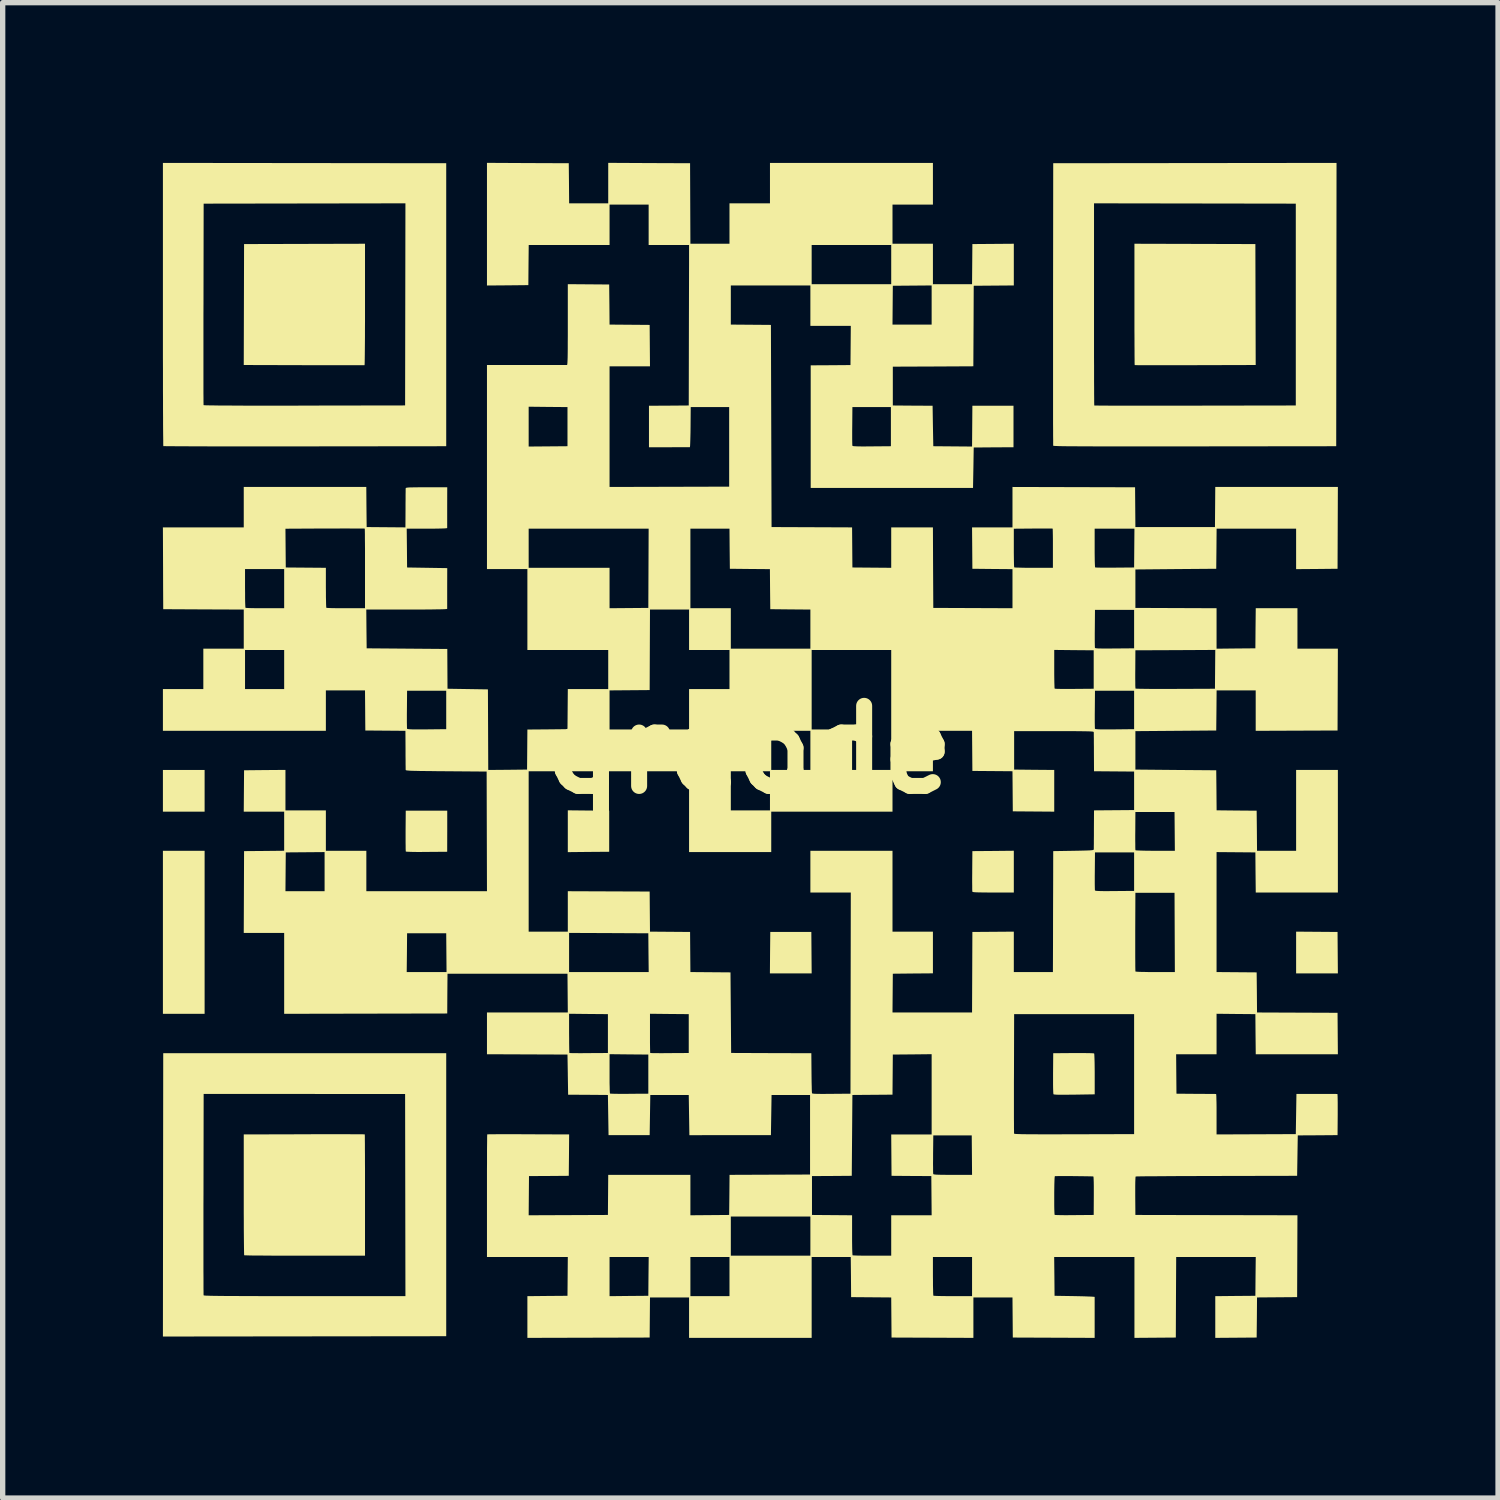
<source format=kicad_pcb>
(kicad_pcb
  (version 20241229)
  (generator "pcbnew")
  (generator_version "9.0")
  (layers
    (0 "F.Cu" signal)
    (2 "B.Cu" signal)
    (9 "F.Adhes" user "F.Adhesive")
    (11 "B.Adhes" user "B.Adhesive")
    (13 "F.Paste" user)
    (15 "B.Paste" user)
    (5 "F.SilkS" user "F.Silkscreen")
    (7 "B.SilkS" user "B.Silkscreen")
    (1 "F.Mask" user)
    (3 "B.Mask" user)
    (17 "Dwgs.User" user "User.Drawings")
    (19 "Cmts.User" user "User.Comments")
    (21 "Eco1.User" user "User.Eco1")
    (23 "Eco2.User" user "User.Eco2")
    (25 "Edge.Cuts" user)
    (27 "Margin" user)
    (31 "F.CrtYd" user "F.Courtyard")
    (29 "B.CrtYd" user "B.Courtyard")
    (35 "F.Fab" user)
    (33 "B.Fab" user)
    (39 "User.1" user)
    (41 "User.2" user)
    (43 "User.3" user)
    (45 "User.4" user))
  (footprint "qrcode"
    (layer "F.Cu")
    (at 10.991 10.991)
    (property "Reference" "qrcode" (at 0 0 0) (layer "F.SilkS") (effects (font (size 1.5 1.5) (thickness 0.3))))
    (attr board_only exclude_from_pos_files exclude_from_bom)
    (fp_poly (pts (xy -10.209 0.769) (xy -10.209 1.16) (xy -10.6 1.16) (xy -10.99 1.16) (xy -10.99 0.769) (xy -10.99 0.379) (xy -10.6 0.379) (xy -10.209 0.379)) (stroke (width 0) (type solid)) (fill yes) (layer "F.SilkS"))
    (fp_poly (pts (xy -10.209 3.419) (xy -10.209 4.946) (xy -10.6 4.946) (xy -10.99 4.946) (xy -10.99 3.419) (xy -10.99 1.893) (xy -10.6 1.893) (xy -10.209 1.893)) (stroke (width 0) (type solid)) (fill yes) (layer "F.SilkS"))
    (fp_poly (pts (xy -3.019 1.139) (xy -2.632 1.142) (xy -2.632 1.526) (xy -2.632 1.911) (xy -3.019 1.914) (xy -3.407 1.918) (xy -3.407 1.526) (xy -3.407 1.135)) (stroke (width 0) (type solid)) (fill yes) (layer "F.SilkS"))
    (fp_poly (pts (xy 1.157 3.801) (xy 1.16 4.189) (xy 0.769 4.189) (xy 0.378 4.189) (xy 0.381 3.801) (xy 0.385 3.413) (xy 0.769 3.413) (xy 1.154 3.413)) (stroke (width 0) (type solid)) (fill yes) (layer "F.SilkS"))
    (fp_poly (pts (xy 10.621 3.41) (xy 11.009 3.413) (xy 11.012 3.801) (xy 11.015 4.189) (xy 10.624 4.189) (xy 10.233 4.189) (xy 10.233 3.798) (xy 10.233 3.407)) (stroke (width 0) (type solid)) (fill yes) (layer "F.SilkS"))
    (fp_poly (pts (xy -5.665 1.526) (xy -5.666 1.911) (xy -6.05 1.914) (xy -6.149 1.915) (xy -6.238 1.915) (xy -6.314 1.914) (xy -6.374 1.912) (xy -6.417 1.91) (xy -6.438 1.908) (xy -6.441 1.907) (xy -6.442 1.892) (xy -6.444 1.856) (xy -6.444 1.802) (xy -6.445 1.733) (xy -6.445 1.651) (xy -6.445 1.56) (xy -6.445 1.519) (xy -6.442 1.142) (xy -6.053 1.142) (xy -5.665 1.142)) (stroke (width 0) (type solid)) (fill yes) (layer "F.SilkS"))
    (fp_poly (pts (xy 4.946 2.283) (xy 4.946 2.674) (xy 4.561 2.674) (xy 4.448 2.674) (xy 4.358 2.673) (xy 4.288 2.672) (xy 4.236 2.67) (xy 4.201 2.668) (xy 4.179 2.664) (xy 4.17 2.66) (xy 4.17 2.659) (xy 4.168 2.643) (xy 4.167 2.606) (xy 4.167 2.551) (xy 4.166 2.481) (xy 4.166 2.399) (xy 4.167 2.308) (xy 4.167 2.271) (xy 4.17 1.899) (xy 4.558 1.896) (xy 4.946 1.892)) (stroke (width 0) (type solid)) (fill yes) (layer "F.SilkS"))
    (fp_poly (pts (xy -7.205 -8.341) (xy -7.205 -8.177) (xy -7.205 -8.02) (xy -7.206 -7.871) (xy -7.206 -7.733) (xy -7.207 -7.607) (xy -7.208 -7.495) (xy -7.209 -7.399) (xy -7.21 -7.32) (xy -7.211 -7.26) (xy -7.212 -7.22) (xy -7.214 -7.203) (xy -7.214 -7.202) (xy -7.227 -7.202) (xy -7.263 -7.202) (xy -7.32 -7.201) (xy -7.396 -7.201) (xy -7.49 -7.201) (xy -7.6 -7.201) (xy -7.723 -7.201) (xy -7.86 -7.201) (xy -8.006 -7.201) (xy -8.162 -7.201) (xy -8.325 -7.202) (xy -8.35 -7.202) (xy -9.476 -7.205) (xy -9.473 -8.337) (xy -9.47 -9.47) (xy -8.337 -9.473) (xy -7.205 -9.476)) (stroke (width 0) (type solid)) (fill yes) (layer "F.SilkS"))
    (fp_poly (pts (xy 8.337 -9.473) (xy 9.47 -9.47) (xy 9.473 -8.338) (xy 9.476 -7.205) (xy 8.346 -7.202) (xy 8.182 -7.201) (xy 8.025 -7.201) (xy 7.876 -7.201) (xy 7.739 -7.201) (xy 7.613 -7.201) (xy 7.501 -7.201) (xy 7.405 -7.202) (xy 7.326 -7.202) (xy 7.266 -7.202) (xy 7.227 -7.203) (xy 7.21 -7.204) (xy 7.21 -7.204) (xy 7.209 -7.216) (xy 7.208 -7.252) (xy 7.208 -7.308) (xy 7.207 -7.384) (xy 7.207 -7.477) (xy 7.206 -7.586) (xy 7.206 -7.71) (xy 7.205 -7.846) (xy 7.205 -7.992) (xy 7.205 -8.148) (xy 7.205 -8.311) (xy 7.205 -8.343) (xy 7.205 -9.476)) (stroke (width 0) (type solid)) (fill yes) (layer "F.SilkS"))
    (fp_poly (pts (xy 6.242 5.681) (xy 6.317 5.682) (xy 6.378 5.683) (xy 6.423 5.685) (xy 6.447 5.687) (xy 6.45 5.688) (xy 6.453 5.703) (xy 6.455 5.738) (xy 6.457 5.792) (xy 6.459 5.862) (xy 6.46 5.943) (xy 6.461 6.034) (xy 6.461 6.076) (xy 6.461 6.454) (xy 6.081 6.46) (xy 5.963 6.461) (xy 5.868 6.462) (xy 5.795 6.462) (xy 5.742 6.46) (xy 5.708 6.457) (xy 5.691 6.454) (xy 5.689 6.452) (xy 5.686 6.437) (xy 5.684 6.399) (xy 5.682 6.342) (xy 5.681 6.269) (xy 5.681 6.181) (xy 5.681 6.081) (xy 5.681 6.062) (xy 5.684 5.684) (xy 6.062 5.681) (xy 6.156 5.681)) (stroke (width 0) (type solid)) (fill yes) (layer "F.SilkS"))
    (fp_poly (pts (xy -5.684 8.334) (xy -5.684 10.984) (xy -8.337 10.987) (xy -10.99 10.99) (xy -10.988 9.13) (xy -10.231 9.13) (xy -10.231 9.308) (xy -10.231 9.474) (xy -10.231 9.627) (xy -10.231 9.766) (xy -10.23 9.888) (xy -10.23 9.993) (xy -10.23 10.08) (xy -10.229 10.147) (xy -10.229 10.192) (xy -10.228 10.215) (xy -10.228 10.218) (xy -10.222 10.22) (xy -10.208 10.222) (xy -10.183 10.224) (xy -10.146 10.225) (xy -10.097 10.227) (xy -10.035 10.228) (xy -9.959 10.229) (xy -9.867 10.23) (xy -9.759 10.231) (xy -9.634 10.231) (xy -9.491 10.232) (xy -9.328 10.232) (xy -9.146 10.233) (xy -8.943 10.233) (xy -8.717 10.233) (xy -8.469 10.233) (xy -8.335 10.233) (xy -6.448 10.233) (xy -6.451 8.34) (xy -6.454 6.448) (xy -8.34 6.447) (xy -10.227 6.447) (xy -10.23 8.325) (xy -10.231 8.537) (xy -10.231 8.743) (xy -10.231 8.941) (xy -10.231 9.13) (xy -10.988 9.13) (xy -10.987 8.337) (xy -10.984 5.684) (xy -8.334 5.684) (xy -5.684 5.684)) (stroke (width 0) (type solid)) (fill yes) (layer "F.SilkS"))
    (fp_poly (pts (xy -7.613 7.201) (xy -7.501 7.201) (xy -7.405 7.202) (xy -7.326 7.202) (xy -7.266 7.202) (xy -7.227 7.203) (xy -7.21 7.204) (xy -7.21 7.204) (xy -7.209 7.216) (xy -7.208 7.252) (xy -7.208 7.308) (xy -7.207 7.384) (xy -7.207 7.477) (xy -7.206 7.586) (xy -7.206 7.71) (xy -7.205 7.846) (xy -7.205 7.992) (xy -7.205 8.148) (xy -7.205 8.311) (xy -7.205 8.343) (xy -7.205 9.476) (xy -8.332 9.476) (xy -8.496 9.476) (xy -8.653 9.476) (xy -8.801 9.475) (xy -8.939 9.475) (xy -9.065 9.474) (xy -9.176 9.473) (xy -9.273 9.473) (xy -9.352 9.472) (xy -9.412 9.47) (xy -9.451 9.469) (xy -9.468 9.468) (xy -9.468 9.468) (xy -9.469 9.455) (xy -9.47 9.419) (xy -9.471 9.362) (xy -9.472 9.286) (xy -9.473 9.192) (xy -9.474 9.083) (xy -9.475 8.959) (xy -9.475 8.823) (xy -9.476 8.677) (xy -9.476 8.521) (xy -9.476 8.358) (xy -9.476 8.332) (xy -9.476 7.205) (xy -8.346 7.202) (xy -8.182 7.201) (xy -8.025 7.201) (xy -7.876 7.201) (xy -7.739 7.201)) (stroke (width 0) (type solid)) (fill yes) (layer "F.SilkS"))
    (fp_poly (pts (xy -8.337 -10.987) (xy -5.684 -10.984) (xy -5.684 -8.334) (xy -5.684 -5.684) (xy -8.329 -5.681) (xy -8.582 -5.681) (xy -8.828 -5.681) (xy -9.066 -5.681) (xy -9.296 -5.681) (xy -9.516 -5.681) (xy -9.724 -5.681) (xy -9.921 -5.681) (xy -10.105 -5.681) (xy -10.275 -5.682) (xy -10.429 -5.682) (xy -10.566 -5.683) (xy -10.686 -5.683) (xy -10.787 -5.684) (xy -10.868 -5.684) (xy -10.929 -5.685) (xy -10.967 -5.686) (xy -10.982 -5.686) (xy -10.982 -5.686) (xy -10.983 -5.699) (xy -10.984 -5.735) (xy -10.984 -5.794) (xy -10.985 -5.873) (xy -10.986 -5.972) (xy -10.987 -6.091) (xy -10.987 -6.227) (xy -10.988 -6.379) (xy -10.988 -6.547) (xy -10.989 -6.73) (xy -10.989 -6.925) (xy -10.989 -7.133) (xy -10.99 -7.352) (xy -10.99 -7.363) (xy -10.231 -7.363) (xy -10.231 -7.197) (xy -10.231 -7.044) (xy -10.231 -6.906) (xy -10.231 -6.784) (xy -10.231 -6.678) (xy -10.23 -6.592) (xy -10.23 -6.525) (xy -10.229 -6.479) (xy -10.229 -6.456) (xy -10.229 -6.454) (xy -10.216 -6.452) (xy -10.179 -6.45) (xy -10.117 -6.449) (xy -10.031 -6.448) (xy -9.921 -6.446) (xy -9.788 -6.446) (xy -9.63 -6.445) (xy -9.448 -6.444) (xy -9.243 -6.444) (xy -9.013 -6.444) (xy -8.761 -6.444) (xy -8.484 -6.444) (xy -8.339 -6.445) (xy -6.454 -6.448) (xy -6.451 -8.34) (xy -6.448 -10.233) (xy -8.337 -10.23) (xy -10.227 -10.227) (xy -10.23 -8.347) (xy -10.231 -8.134) (xy -10.231 -7.928) (xy -10.231 -7.73) (xy -10.231 -7.542) (xy -10.231 -7.363) (xy -10.99 -7.363) (xy -10.99 -7.581) (xy -10.99 -7.819) (xy -10.99 -8.064) (xy -10.99 -8.316) (xy -10.99 -8.343) (xy -10.99 -10.99)) (stroke (width 0) (type solid)) (fill yes) (layer "F.SilkS"))
    (fp_poly (pts (xy 10.987 -8.337) (xy 10.984 -5.684) (xy 8.337 -5.681) (xy 8.027 -5.681) (xy 7.741 -5.681) (xy 7.477 -5.681) (xy 7.235 -5.681) (xy 7.015 -5.681) (xy 6.815 -5.681) (xy 6.634 -5.681) (xy 6.472 -5.681) (xy 6.328 -5.682) (xy 6.2 -5.682) (xy 6.089 -5.683) (xy 5.994 -5.683) (xy 5.913 -5.684) (xy 5.846 -5.685) (xy 5.791 -5.686) (xy 5.749 -5.688) (xy 5.718 -5.689) (xy 5.697 -5.691) (xy 5.686 -5.692) (xy 5.684 -5.694) (xy 5.683 -5.707) (xy 5.683 -5.744) (xy 5.683 -5.803) (xy 5.682 -5.883) (xy 5.682 -5.983) (xy 5.681 -6.102) (xy 5.681 -6.238) (xy 5.681 -6.391) (xy 5.681 -6.56) (xy 5.681 -6.743) (xy 5.681 -6.939) (xy 5.681 -7.147) (xy 5.681 -7.366) (xy 5.681 -7.595) (xy 5.681 -7.833) (xy 5.681 -8.078) (xy 5.681 -8.33) (xy 5.681 -8.343) (xy 6.448 -8.343) (xy 6.448 -8.13) (xy 6.448 -7.923) (xy 6.448 -7.725) (xy 6.448 -7.536) (xy 6.448 -7.358) (xy 6.449 -7.191) (xy 6.449 -7.038) (xy 6.449 -6.9) (xy 6.45 -6.777) (xy 6.45 -6.672) (xy 6.451 -6.585) (xy 6.451 -6.518) (xy 6.452 -6.473) (xy 6.453 -6.449) (xy 6.453 -6.447) (xy 6.465 -6.446) (xy 6.501 -6.446) (xy 6.558 -6.445) (xy 6.636 -6.445) (xy 6.733 -6.444) (xy 6.848 -6.444) (xy 6.98 -6.444) (xy 7.126 -6.444) (xy 7.287 -6.444) (xy 7.46 -6.444) (xy 7.644 -6.444) (xy 7.838 -6.444) (xy 8.04 -6.444) (xy 8.25 -6.444) (xy 8.343 -6.444) (xy 10.227 -6.447) (xy 10.227 -8.337) (xy 10.227 -10.227) (xy 8.337 -10.23) (xy 6.448 -10.233) (xy 6.448 -8.343) (xy 5.681 -8.343) (xy 5.681 -8.347) (xy 5.684 -10.984) (xy 8.337 -10.987) (xy 10.99 -10.99)) (stroke (width 0) (type solid)) (fill yes) (layer "F.SilkS"))
    (fp_poly (pts (xy -1.884 -10.987) (xy -1.117 -10.984) (xy -1.114 -10.23) (xy -1.111 -9.476) (xy -0.745 -9.476) (xy -0.379 -9.476) (xy -0.379 -9.855) (xy -0.379 -10.233) (xy 0 -10.233) (xy 0.379 -10.233) (xy 0.379 -10.612) (xy 0.379 -10.99) (xy 1.905 -10.99) (xy 3.431 -10.99) (xy 3.431 -10.6) (xy 3.431 -10.209) (xy 3.053 -10.209) (xy 2.674 -10.209) (xy 2.674 -9.842) (xy 2.674 -9.476) (xy 3.053 -9.476) (xy 3.431 -9.476) (xy 3.431 -9.098) (xy 3.431 -8.719) (xy 3.798 -8.719) (xy 4.164 -8.719) (xy 4.167 -9.095) (xy 4.17 -9.47) (xy 4.558 -9.473) (xy 4.946 -9.476) (xy 4.946 -9.086) (xy 4.946 -8.695) (xy 4.57 -8.692) (xy 4.195 -8.689) (xy 4.192 -7.935) (xy 4.188 -7.181) (xy 3.434 -7.177) (xy 2.68 -7.174) (xy 2.68 -6.81) (xy 2.68 -6.447) (xy 3.053 -6.444) (xy 3.425 -6.442) (xy 3.431 -6.063) (xy 3.438 -5.684) (xy 3.801 -5.681) (xy 4.164 -5.678) (xy 4.167 -6.06) (xy 4.17 -6.442) (xy 4.555 -6.442) (xy 4.94 -6.442) (xy 4.94 -6.053) (xy 4.94 -5.665) (xy 4.567 -5.663) (xy 4.195 -5.66) (xy 4.189 -5.281) (xy 4.182 -4.903) (xy 2.662 -4.903) (xy 1.142 -4.903) (xy 1.142 -5.889) (xy 1.919 -5.889) (xy 1.919 -5.816) (xy 1.92 -5.757) (xy 1.921 -5.716) (xy 1.922 -5.695) (xy 1.923 -5.694) (xy 1.93 -5.689) (xy 1.947 -5.685) (xy 1.978 -5.683) (xy 2.024 -5.681) (xy 2.088 -5.68) (xy 2.172 -5.68) (xy 2.278 -5.681) (xy 2.286 -5.681) (xy 2.644 -5.684) (xy 2.644 -6.051) (xy 2.644 -6.417) (xy 2.284 -6.417) (xy 1.923 -6.417) (xy 1.92 -6.063) (xy 1.919 -5.972) (xy 1.919 -5.889) (xy 1.142 -5.889) (xy 1.142 -6.051) (xy 1.142 -7.199) (xy 1.514 -7.201) (xy 1.887 -7.204) (xy 1.89 -7.571) (xy 1.893 -7.938) (xy 1.514 -7.938) (xy 1.136 -7.938) (xy 1.136 -7.962) (xy 2.674 -7.962) (xy 3.04 -7.962) (xy 3.407 -7.962) (xy 3.407 -8.328) (xy 3.407 -8.695) (xy 3.044 -8.692) (xy 2.68 -8.689) (xy 2.677 -8.325) (xy 2.674 -7.962) (xy 1.136 -7.962) (xy 1.136 -8.316) (xy 1.136 -8.695) (xy 0.391 -8.695) (xy -0.354 -8.695) (xy -0.354 -8.328) (xy -0.354 -7.962) (xy 0.021 -7.959) (xy 0.397 -7.956) (xy 0.403 -6.063) (xy 0.409 -4.17) (xy 1.163 -4.167) (xy 1.917 -4.164) (xy 1.92 -3.789) (xy 1.923 -3.413) (xy 2.287 -3.41) (xy 2.65 -3.407) (xy 2.65 -3.785) (xy 2.65 -4.164) (xy 3.041 -4.164) (xy 3.431 -4.164) (xy 3.434 -3.41) (xy 3.438 -2.656) (xy 4.179 -2.653) (xy 4.921 -2.65) (xy 4.921 -3.016) (xy 4.921 -3.382) (xy 4.546 -3.385) (xy 4.17 -3.389) (xy 4.167 -3.776) (xy 4.164 -4.139) (xy 4.946 -4.139) (xy 4.946 -3.781) (xy 4.946 -3.69) (xy 4.947 -3.607) (xy 4.948 -3.535) (xy 4.949 -3.477) (xy 4.951 -3.437) (xy 4.953 -3.417) (xy 4.954 -3.415) (xy 4.968 -3.413) (xy 5.003 -3.411) (xy 5.056 -3.41) (xy 5.125 -3.408) (xy 5.205 -3.407) (xy 5.294 -3.407) (xy 5.32 -3.407) (xy 5.678 -3.407) (xy 5.678 -3.771) (xy 5.678 -3.782) (xy 6.46 -3.782) (xy 6.46 -3.69) (xy 6.461 -3.607) (xy 6.462 -3.535) (xy 6.464 -3.477) (xy 6.466 -3.437) (xy 6.468 -3.417) (xy 6.468 -3.415) (xy 6.482 -3.413) (xy 6.517 -3.411) (xy 6.571 -3.41) (xy 6.639 -3.409) (xy 6.72 -3.409) (xy 6.809 -3.41) (xy 6.838 -3.41) (xy 7.199 -3.413) (xy 7.202 -3.776) (xy 7.205 -4.14) (xy 6.833 -4.14) (xy 6.46 -4.14) (xy 6.46 -3.782) (xy 5.678 -3.782) (xy 5.678 -3.863) (xy 5.678 -3.947) (xy 5.677 -4.019) (xy 5.676 -4.077) (xy 5.675 -4.118) (xy 5.674 -4.139) (xy 5.673 -4.141) (xy 5.66 -4.142) (xy 5.626 -4.143) (xy 5.573 -4.143) (xy 5.505 -4.143) (xy 5.425 -4.143) (xy 5.336 -4.143) (xy 5.307 -4.142) (xy 4.946 -4.139) (xy 4.164 -4.139) (xy 4.164 -4.164) (xy 4.543 -4.164) (xy 4.921 -4.164) (xy 4.921 -4.543) (xy 4.921 -4.921) (xy 6.069 -4.918) (xy 7.217 -4.915) (xy 7.22 -4.543) (xy 7.223 -4.17) (xy 7.968 -4.17) (xy 8.713 -4.17) (xy 8.716 -4.546) (xy 8.719 -4.921) (xy 9.867 -4.921) (xy 11.015 -4.921) (xy 11.012 -4.155) (xy 11.009 -3.389) (xy 10.621 -3.385) (xy 10.233 -3.382) (xy 10.233 -3.761) (xy 10.233 -4.14) (xy 9.489 -4.14) (xy 8.744 -4.14) (xy 8.741 -3.764) (xy 8.737 -3.389) (xy 7.98 -3.383) (xy 7.223 -3.376) (xy 7.223 -3.016) (xy 7.223 -2.656) (xy 7.983 -2.653) (xy 8.743 -2.65) (xy 8.743 -2.271) (xy 8.743 -1.892) (xy 9.107 -1.896) (xy 9.47 -1.899) (xy 9.473 -2.274) (xy 9.477 -2.65) (xy 9.867 -2.65) (xy 10.258 -2.65) (xy 10.258 -2.271) (xy 10.258 -1.893) (xy 10.636 -1.893) (xy 11.015 -1.893) (xy 11.012 -1.127) (xy 11.009 -0.36) (xy 10.242 -0.357) (xy 9.476 -0.354) (xy 9.476 -0.733) (xy 9.476 -1.111) (xy 9.11 -1.111) (xy 8.744 -1.111) (xy 8.741 -0.736) (xy 8.737 -0.36) (xy 7.98 -0.354) (xy 7.223 -0.348) (xy 7.223 0.012) (xy 7.223 0.372) (xy 7.98 0.379) (xy 8.737 0.385) (xy 8.741 0.76) (xy 8.744 1.135) (xy 9.119 1.139) (xy 9.494 1.142) (xy 9.498 1.517) (xy 9.501 1.893) (xy 9.867 1.893) (xy 10.233 1.893) (xy 10.233 1.136) (xy 10.233 0.379) (xy 10.624 0.379) (xy 11.015 0.379) (xy 11.015 1.526) (xy 11.015 2.674) (xy 10.246 2.674) (xy 9.477 2.674) (xy 9.473 2.299) (xy 9.47 1.923) (xy 9.107 1.92) (xy 8.743 1.917) (xy 8.743 3.04) (xy 8.743 4.164) (xy 9.119 4.167) (xy 9.494 4.17) (xy 9.498 4.546) (xy 9.501 4.921) (xy 10.255 4.924) (xy 11.009 4.927) (xy 11.012 5.315) (xy 11.015 5.703) (xy 10.246 5.703) (xy 9.477 5.703) (xy 9.473 5.327) (xy 9.47 4.952) (xy 9.107 4.949) (xy 8.743 4.945) (xy 8.743 5.324) (xy 8.743 5.703) (xy 8.365 5.703) (xy 7.986 5.703) (xy 7.989 6.072) (xy 7.992 6.442) (xy 8.359 6.445) (xy 8.451 6.445) (xy 8.535 6.446) (xy 8.609 6.447) (xy 8.668 6.447) (xy 8.71 6.447) (xy 8.732 6.448) (xy 8.734 6.448) (xy 8.737 6.459) (xy 8.739 6.493) (xy 8.74 6.544) (xy 8.742 6.612) (xy 8.743 6.692) (xy 8.743 6.782) (xy 8.743 6.826) (xy 8.743 7.205) (xy 9.485 7.202) (xy 10.227 7.199) (xy 10.233 6.822) (xy 10.239 6.446) (xy 10.618 6.447) (xy 10.712 6.447) (xy 10.798 6.447) (xy 10.873 6.447) (xy 10.934 6.447) (xy 10.978 6.447) (xy 11.002 6.448) (xy 11.006 6.448) (xy 11.008 6.459) (xy 11.01 6.493) (xy 11.011 6.544) (xy 11.012 6.612) (xy 11.012 6.692) (xy 11.012 6.782) (xy 11.012 6.833) (xy 11.009 7.218) (xy 10.636 7.221) (xy 10.264 7.223) (xy 10.258 7.602) (xy 10.252 7.98) (xy 8.746 7.983) (xy 8.556 7.984) (xy 8.373 7.984) (xy 8.198 7.985) (xy 8.032 7.985) (xy 7.879 7.986) (xy 7.737 7.987) (xy 7.61 7.988) (xy 7.499 7.989) (xy 7.404 7.989) (xy 7.329 7.99) (xy 7.273 7.991) (xy 7.239 7.992) (xy 7.228 7.993) (xy 7.225 8.007) (xy 7.223 8.043) (xy 7.221 8.098) (xy 7.22 8.17) (xy 7.22 8.256) (xy 7.22 8.355) (xy 7.22 8.356) (xy 7.223 8.713) (xy 8.741 8.716) (xy 10.258 8.719) (xy 10.255 9.485) (xy 10.252 10.252) (xy 9.876 10.255) (xy 9.501 10.258) (xy 9.498 10.633) (xy 9.494 11.009) (xy 9.107 11.012) (xy 8.719 11.015) (xy 8.719 10.624) (xy 8.719 10.234) (xy 9.095 10.23) (xy 9.47 10.227) (xy 9.473 9.864) (xy 9.477 9.501) (xy 8.732 9.501) (xy 7.987 9.501) (xy 7.983 10.255) (xy 7.98 11.009) (xy 7.593 11.012) (xy 7.205 11.015) (xy 7.205 10.258) (xy 7.205 9.501) (xy 6.454 9.501) (xy 5.702 9.501) (xy 5.706 9.864) (xy 5.709 10.227) (xy 6.084 10.233) (xy 6.177 10.235) (xy 6.262 10.237) (xy 6.335 10.24) (xy 6.394 10.242) (xy 6.436 10.245) (xy 6.458 10.247) (xy 6.46 10.249) (xy 6.46 10.263) (xy 6.46 10.298) (xy 6.46 10.352) (xy 6.46 10.421) (xy 6.46 10.502) (xy 6.46 10.593) (xy 6.46 10.636) (xy 6.46 11.015) (xy 5.694 11.012) (xy 4.927 11.009) (xy 4.924 10.633) (xy 4.921 10.258) (xy 4.555 10.258) (xy 4.189 10.258) (xy 4.189 10.636) (xy 4.189 11.015) (xy 3.422 11.012) (xy 2.656 11.009) (xy 2.653 10.633) (xy 2.65 10.258) (xy 2.274 10.255) (xy 1.899 10.252) (xy 1.896 9.876) (xy 1.896 9.859) (xy 3.431 9.859) (xy 3.432 9.95) (xy 3.432 10.033) (xy 3.434 10.105) (xy 3.435 10.163) (xy 3.437 10.204) (xy 3.439 10.224) (xy 3.44 10.225) (xy 3.453 10.227) (xy 3.489 10.229) (xy 3.542 10.231) (xy 3.61 10.232) (xy 3.691 10.233) (xy 3.78 10.233) (xy 3.806 10.233) (xy 4.164 10.233) (xy 4.164 9.867) (xy 4.164 9.501) (xy 3.798 9.501) (xy 3.431 9.501) (xy 3.431 9.859) (xy 1.896 9.859) (xy 1.892 9.501) (xy 1.526 9.501) (xy 1.16 9.501) (xy 1.16 10.258) (xy 1.16 11.015) (xy 0.012 11.015) (xy -1.136 11.015) (xy -1.136 10.636) (xy -1.136 10.258) (xy -1.502 10.258) (xy -1.868 10.258) (xy -1.871 10.633) (xy -1.874 11.009) (xy -3.019 11.012) (xy -4.164 11.015) (xy -4.164 10.624) (xy -4.164 10.234) (xy -3.789 10.23) (xy -3.413 10.227) (xy -3.41 9.867) (xy -2.625 9.867) (xy -2.625 10.234) (xy -2.262 10.23) (xy -1.899 10.227) (xy -1.896 9.867) (xy -1.111 9.867) (xy -1.111 10.233) (xy -0.745 10.233) (xy -0.379 10.233) (xy -0.379 9.867) (xy -0.379 9.501) (xy -0.745 9.501) (xy -1.111 9.501) (xy -1.111 9.867) (xy -1.896 9.867) (xy -1.896 9.864) (xy -1.892 9.501) (xy -2.259 9.501) (xy -2.625 9.501) (xy -2.625 9.867) (xy -3.41 9.867) (xy -3.41 9.864) (xy -3.407 9.501) (xy -4.164 9.501) (xy -4.921 9.501) (xy -4.921 9.11) (xy -0.354 9.11) (xy -0.354 9.476) (xy 0.391 9.476) (xy 1.136 9.476) (xy 1.136 9.11) (xy 1.136 8.743) (xy 0.391 8.743) (xy -0.354 8.743) (xy -0.354 9.11) (xy -4.921 9.11) (xy -4.921 8.355) (xy -4.921 8.19) (xy -4.921 8.032) (xy -4.921 7.882) (xy -4.92 7.743) (xy -4.92 7.616) (xy -4.92 7.503) (xy -4.919 7.406) (xy -4.918 7.325) (xy -4.918 7.264) (xy -4.917 7.223) (xy -4.916 7.205) (xy -4.916 7.204) (xy -4.903 7.203) (xy -4.868 7.202) (xy -4.813 7.202) (xy -4.739 7.201) (xy -4.65 7.201) (xy -4.546 7.201) (xy -4.431 7.201) (xy -4.305 7.201) (xy -4.172 7.202) (xy -4.147 7.202) (xy -3.382 7.205) (xy -3.385 7.593) (xy -3.389 7.98) (xy -3.761 7.983) (xy -4.134 7.985) (xy -4.137 8.352) (xy -4.14 8.719) (xy -3.398 8.716) (xy -2.656 8.713) (xy -2.653 8.337) (xy -2.65 7.962) (xy -1.88 7.962) (xy -1.111 7.962) (xy -1.111 8.341) (xy -1.111 8.719) (xy -0.748 8.716) (xy -0.385 8.713) (xy -0.381 8.338) (xy -0.378 7.985) (xy 1.166 7.985) (xy 1.166 8.349) (xy 1.166 8.713) (xy 1.542 8.716) (xy 1.917 8.719) (xy 1.917 9.09) (xy 1.917 9.182) (xy 1.918 9.267) (xy 1.919 9.341) (xy 1.921 9.401) (xy 1.923 9.443) (xy 1.925 9.465) (xy 1.925 9.468) (xy 1.939 9.47) (xy 1.974 9.472) (xy 2.028 9.474) (xy 2.096 9.475) (xy 2.177 9.476) (xy 2.266 9.476) (xy 2.292 9.476) (xy 2.65 9.476) (xy 2.65 9.098) (xy 2.65 8.719) (xy 3.029 8.719) (xy 3.407 8.719) (xy 3.405 8.456) (xy 5.703 8.456) (xy 5.703 8.531) (xy 5.704 8.598) (xy 5.706 8.652) (xy 5.708 8.691) (xy 5.71 8.71) (xy 5.711 8.711) (xy 5.725 8.713) (xy 5.76 8.715) (xy 5.814 8.716) (xy 5.882 8.717) (xy 5.963 8.717) (xy 6.052 8.716) (xy 6.081 8.716) (xy 6.442 8.713) (xy 6.444 8.356) (xy 6.444 8.259) (xy 6.444 8.173) (xy 6.443 8.101) (xy 6.441 8.045) (xy 6.439 8.008) (xy 6.436 7.993) (xy 6.436 7.992) (xy 6.422 7.991) (xy 6.387 7.99) (xy 6.335 7.989) (xy 6.269 7.988) (xy 6.193 7.987) (xy 6.111 7.986) (xy 6.025 7.985) (xy 5.94 7.985) (xy 5.859 7.985) (xy 5.785 7.985) (xy 5.723 7.986) (xy 5.715 7.986) (xy 5.712 7.998) (xy 5.709 8.03) (xy 5.707 8.08) (xy 5.705 8.143) (xy 5.704 8.215) (xy 5.703 8.294) (xy 5.703 8.376) (xy 5.703 8.456) (xy 3.405 8.456) (xy 3.404 8.352) (xy 3.401 7.985) (xy 3.028 7.983) (xy 2.656 7.98) (xy 2.654 7.752) (xy 3.433 7.752) (xy 3.434 7.824) (xy 3.434 7.883) (xy 3.435 7.924) (xy 3.437 7.945) (xy 3.437 7.947) (xy 3.444 7.951) (xy 3.463 7.955) (xy 3.496 7.958) (xy 3.545 7.96) (xy 3.613 7.961) (xy 3.7 7.962) (xy 3.804 7.962) (xy 4.164 7.962) (xy 4.161 7.593) (xy 4.158 7.223) (xy 3.798 7.223) (xy 3.438 7.223) (xy 3.434 7.577) (xy 3.434 7.668) (xy 3.433 7.752) (xy 2.654 7.752) (xy 2.653 7.593) (xy 2.65 7.205) (xy 3.028 7.205) (xy 3.407 7.205) (xy 3.407 6.529) (xy 4.948 6.529) (xy 4.948 6.666) (xy 4.948 6.791) (xy 4.948 6.902) (xy 4.949 6.998) (xy 4.949 7.076) (xy 4.95 7.135) (xy 4.95 7.174) (xy 4.951 7.189) (xy 4.951 7.19) (xy 4.957 7.192) (xy 4.972 7.195) (xy 4.998 7.197) (xy 5.037 7.198) (xy 5.088 7.2) (xy 5.155 7.201) (xy 5.237 7.202) (xy 5.337 7.202) (xy 5.455 7.203) (xy 5.593 7.203) (xy 5.752 7.203) (xy 5.933 7.202) (xy 6.078 7.202) (xy 7.199 7.199) (xy 7.199 6.075) (xy 7.199 4.952) (xy 6.075 4.952) (xy 4.952 4.952) (xy 4.949 6.063) (xy 4.948 6.226) (xy 4.948 6.382) (xy 4.948 6.529) (xy 3.407 6.529) (xy 3.407 6.454) (xy 3.407 5.702) (xy 3.044 5.706) (xy 2.68 5.709) (xy 2.677 6.084) (xy 2.674 6.46) (xy 2.299 6.463) (xy 1.923 6.466) (xy 1.917 7.223) (xy 1.911 7.98) (xy 1.539 7.983) (xy 1.166 7.985) (xy -0.378 7.985) (xy -0.378 7.962) (xy 0.376 7.959) (xy 1.13 7.956) (xy 1.13 7.211) (xy 1.13 6.466) (xy 0.769 6.466) (xy 0.409 6.466) (xy 0.403 6.842) (xy 0.397 7.218) (xy -0.366 7.218) (xy -1.13 7.219) (xy -1.136 6.842) (xy -1.142 6.466) (xy -1.502 6.466) (xy -1.862 6.466) (xy -1.868 6.842) (xy -1.874 7.218) (xy -2.259 7.218) (xy -2.644 7.218) (xy -2.65 6.842) (xy -2.656 6.466) (xy -3.028 6.463) (xy -3.401 6.461) (xy -3.407 6.085) (xy -3.407 6.067) (xy -2.625 6.067) (xy -2.625 6.159) (xy -2.625 6.243) (xy -2.623 6.316) (xy -2.622 6.375) (xy -2.62 6.416) (xy -2.618 6.437) (xy -2.618 6.439) (xy -2.604 6.441) (xy -2.569 6.443) (xy -2.515 6.444) (xy -2.447 6.445) (xy -2.367 6.445) (xy -2.278 6.445) (xy -2.254 6.444) (xy -1.899 6.442) (xy -1.899 6.075) (xy -1.899 5.709) (xy -2.262 5.706) (xy -2.625 5.702) (xy -2.625 6.067) (xy -3.407 6.067) (xy -3.413 5.709) (xy -4.167 5.706) (xy -4.921 5.703) (xy -4.921 5.312) (xy -4.921 5.31) (xy -3.383 5.31) (xy -3.382 5.402) (xy -3.382 5.485) (xy -3.381 5.558) (xy -3.38 5.616) (xy -3.379 5.657) (xy -3.378 5.678) (xy -3.378 5.679) (xy -3.364 5.681) (xy -3.33 5.682) (xy -3.277 5.682) (xy -3.21 5.683) (xy -3.13 5.683) (xy -3.041 5.682) (xy -3.014 5.682) (xy -2.656 5.68) (xy -2.656 5.316) (xy -2.656 5.31) (xy -1.868 5.31) (xy -1.868 5.402) (xy -1.868 5.485) (xy -1.867 5.558) (xy -1.866 5.616) (xy -1.865 5.657) (xy -1.864 5.678) (xy -1.863 5.679) (xy -1.85 5.681) (xy -1.816 5.682) (xy -1.763 5.682) (xy -1.695 5.683) (xy -1.615 5.683) (xy -1.526 5.682) (xy -1.5 5.682) (xy -1.142 5.68) (xy -1.142 5.316) (xy -1.142 4.952) (xy -1.505 4.949) (xy -1.868 4.945) (xy -1.868 5.31) (xy -2.656 5.31) (xy -2.656 4.952) (xy -3.019 4.949) (xy -3.383 4.945) (xy -3.383 5.31) (xy -4.921 5.31) (xy -4.921 4.921) (xy -4.164 4.921) (xy -3.407 4.921) (xy -3.41 4.558) (xy -3.413 4.195) (xy -4.537 4.195) (xy -5.66 4.195) (xy -5.663 4.567) (xy -5.665 4.94) (xy -7.192 4.943) (xy -8.719 4.946) (xy -8.719 4.189) (xy -8.719 4.164) (xy -6.424 4.164) (xy -6.051 4.164) (xy -5.678 4.164) (xy -5.681 3.801) (xy -5.681 3.798) (xy -3.383 3.798) (xy -3.383 4.164) (xy -2.638 4.164) (xy -1.892 4.164) (xy -1.896 3.801) (xy -1.899 3.438) (xy -2.641 3.434) (xy -3.383 3.431) (xy -3.383 3.798) (xy -5.681 3.798) (xy -5.684 3.438) (xy -6.051 3.438) (xy -6.417 3.438) (xy -6.42 3.801) (xy -6.424 4.164) (xy -8.719 4.164) (xy -8.719 3.431) (xy -9.098 3.431) (xy -9.476 3.431) (xy -9.473 2.665) (xy -9.473 2.65) (xy -8.695 2.65) (xy -8.328 2.65) (xy -7.962 2.65) (xy -7.962 2.283) (xy -7.962 1.917) (xy -8.325 1.92) (xy -8.689 1.923) (xy -8.692 2.287) (xy -8.695 2.65) (xy -9.473 2.65) (xy -9.47 1.899) (xy -9.095 1.896) (xy -8.719 1.892) (xy -8.719 1.526) (xy -8.719 1.16) (xy -9.098 1.16) (xy -9.476 1.16) (xy -9.473 0.772) (xy -9.47 0.385) (xy -9.082 0.381) (xy -8.695 0.378) (xy -8.695 0.757) (xy -8.695 1.136) (xy -8.316 1.136) (xy -7.938 1.136) (xy -7.938 1.514) (xy -7.938 1.893) (xy -7.559 1.893) (xy -7.18 1.893) (xy -7.18 2.271) (xy -7.18 2.65) (xy -6.051 2.65) (xy -4.921 2.65) (xy -4.924 1.529) (xy -4.927 0.409) (xy -5.684 0.403) (xy -4.14 0.403) (xy -4.14 1.905) (xy -4.14 3.407) (xy -3.773 3.407) (xy -3.407 3.407) (xy -3.407 3.028) (xy -3.407 2.65) (xy -2.641 2.653) (xy -1.874 2.656) (xy -1.871 3.031) (xy -1.868 3.407) (xy -1.493 3.41) (xy -1.117 3.413) (xy -1.114 3.788) (xy -1.111 4.164) (xy -0.736 4.167) (xy -0.36 4.17) (xy -0.354 4.925) (xy -0.348 5.679) (xy 0.403 5.682) (xy 1.154 5.684) (xy 1.157 6.051) (xy 1.158 6.144) (xy 1.159 6.229) (xy 1.161 6.303) (xy 1.162 6.364) (xy 1.164 6.407) (xy 1.166 6.43) (xy 1.166 6.433) (xy 1.173 6.438) (xy 1.19 6.441) (xy 1.22 6.444) (xy 1.265 6.445) (xy 1.328 6.446) (xy 1.41 6.446) (xy 1.514 6.445) (xy 1.529 6.445) (xy 1.887 6.442) (xy 1.89 4.558) (xy 1.893 2.674) (xy 1.514 2.674) (xy 1.136 2.674) (xy 1.136 2.284) (xy 1.136 1.893) (xy 1.905 1.893) (xy 2.674 1.893) (xy 2.674 2.65) (xy 2.674 3.407) (xy 3.053 3.407) (xy 3.431 3.407) (xy 3.431 3.798) (xy 3.431 4.188) (xy 3.056 4.191) (xy 2.68 4.195) (xy 2.677 4.558) (xy 2.674 4.921) (xy 3.419 4.921) (xy 4.164 4.921) (xy 4.167 4.167) (xy 4.17 3.413) (xy 4.558 3.41) (xy 4.946 3.407) (xy 4.946 3.785) (xy 4.946 4.164) (xy 5.312 4.164) (xy 5.678 4.164) (xy 5.68 3.668) (xy 7.22 3.668) (xy 7.22 3.782) (xy 7.22 3.886) (xy 7.221 3.975) (xy 7.221 4.049) (xy 7.222 4.105) (xy 7.223 4.14) (xy 7.224 4.154) (xy 7.238 4.156) (xy 7.272 4.159) (xy 7.325 4.161) (xy 7.394 4.162) (xy 7.474 4.164) (xy 7.564 4.164) (xy 7.596 4.164) (xy 7.962 4.164) (xy 7.959 3.422) (xy 7.956 2.68) (xy 7.589 2.68) (xy 7.223 2.68) (xy 7.22 3.412) (xy 7.22 3.543) (xy 7.22 3.668) (xy 5.68 3.668) (xy 5.681 3.032) (xy 5.683 2.444) (xy 6.462 2.444) (xy 6.462 2.516) (xy 6.463 2.574) (xy 6.464 2.614) (xy 6.465 2.634) (xy 6.466 2.635) (xy 6.472 2.639) (xy 6.49 2.643) (xy 6.521 2.645) (xy 6.567 2.647) (xy 6.63 2.648) (xy 6.713 2.648) (xy 6.818 2.647) (xy 6.835 2.647) (xy 7.199 2.644) (xy 7.199 2.284) (xy 7.199 1.923) (xy 6.832 1.923) (xy 6.466 1.923) (xy 6.463 2.271) (xy 6.462 2.361) (xy 6.462 2.444) (xy 5.683 2.444) (xy 5.684 1.899) (xy 6.063 1.893) (xy 6.171 1.891) (xy 6.256 1.889) (xy 6.322 1.887) (xy 6.371 1.885) (xy 6.405 1.882) (xy 6.427 1.879) (xy 6.439 1.874) (xy 6.443 1.869) (xy 6.443 1.868) (xy 6.444 1.852) (xy 6.444 1.814) (xy 6.445 1.758) (xy 6.445 1.688) (xy 6.446 1.61) (xy 7.22 1.61) (xy 7.22 1.693) (xy 7.221 1.764) (xy 7.221 1.822) (xy 7.222 1.862) (xy 7.224 1.881) (xy 7.224 1.883) (xy 7.238 1.885) (xy 7.272 1.887) (xy 7.325 1.889) (xy 7.394 1.891) (xy 7.474 1.892) (xy 7.564 1.893) (xy 7.596 1.893) (xy 7.962 1.893) (xy 7.959 1.529) (xy 7.956 1.166) (xy 7.589 1.166) (xy 7.223 1.166) (xy 7.221 1.519) (xy 7.22 1.61) (xy 6.446 1.61) (xy 6.446 1.606) (xy 6.446 1.516) (xy 6.446 1.493) (xy 6.448 1.136) (xy 6.823 1.133) (xy 7.199 1.13) (xy 7.199 0.769) (xy 7.199 0.409) (xy 6.823 0.406) (xy 6.448 0.403) (xy 6.446 0.046) (xy 6.446 -0.046) (xy 6.445 -0.13) (xy 6.445 -0.204) (xy 6.444 -0.263) (xy 6.444 -0.306) (xy 6.443 -0.328) (xy 6.443 -0.33) (xy 6.441 -0.334) (xy 6.432 -0.337) (xy 6.417 -0.34) (xy 6.392 -0.342) (xy 6.356 -0.344) (xy 6.307 -0.345) (xy 6.245 -0.346) (xy 6.166 -0.347) (xy 6.069 -0.348) (xy 5.952 -0.348) (xy 5.814 -0.348) (xy 5.697 -0.348) (xy 4.952 -0.348) (xy 4.952 0.012) (xy 4.952 0.372) (xy 5.327 0.376) (xy 5.703 0.379) (xy 5.703 0.77) (xy 5.703 1.16) (xy 5.315 1.157) (xy 4.927 1.154) (xy 4.924 0.779) (xy 4.921 0.403) (xy 4.546 0.4) (xy 4.17 0.397) (xy 4.167 0.021) (xy 4.164 -0.354) (xy 3.798 -0.354) (xy 3.431 -0.354) (xy 3.431 0.024) (xy 3.431 0.403) (xy 3.053 0.403) (xy 2.674 0.403) (xy 2.674 0.782) (xy 2.674 1.16) (xy 1.539 1.16) (xy 0.403 1.16) (xy 0.403 1.539) (xy 0.403 1.917) (xy -0.366 1.917) (xy -1.136 1.917) (xy -1.136 1.16) (xy -1.136 0.769) (xy -0.354 0.769) (xy -0.354 1.136) (xy 0.012 1.136) (xy 0.379 1.136) (xy 0.379 0.769) (xy 0.379 0.403) (xy 0.012 0.403) (xy -0.354 0.403) (xy -0.354 0.769) (xy -1.136 0.769) (xy -1.136 0.403) (xy -2.638 0.403) (xy -4.14 0.403) (xy -5.684 0.403) (xy -5.841 0.402) (xy -5.975 0.4) (xy -6.087 0.399) (xy -6.181 0.398) (xy -6.257 0.396) (xy -6.317 0.395) (xy -6.363 0.393) (xy -6.397 0.39) (xy -6.42 0.388) (xy -6.434 0.385) (xy -6.442 0.382) (xy -6.443 0.379) (xy -6.444 0.362) (xy -6.444 0.324) (xy -6.445 0.269) (xy -6.445 0.198) (xy -6.446 0.116) (xy -6.446 0.026) (xy -6.446 0.003) (xy -6.448 -0.354) (xy -6.823 -0.357) (xy -7.199 -0.36) (xy -7.201 -0.584) (xy -6.421 -0.584) (xy -6.421 -0.513) (xy -6.42 -0.455) (xy -6.419 -0.415) (xy -6.418 -0.395) (xy -6.418 -0.394) (xy -6.411 -0.389) (xy -6.393 -0.386) (xy -6.363 -0.383) (xy -6.317 -0.381) (xy -6.253 -0.381) (xy -6.17 -0.381) (xy -6.065 -0.381) (xy -6.048 -0.381) (xy -5.684 -0.385) (xy -5.684 -0.745) (xy -5.684 -1.105) (xy -6.051 -1.105) (xy -6.417 -1.105) (xy -6.42 -0.757) (xy -6.421 -0.667) (xy -6.421 -0.584) (xy -7.201 -0.584) (xy -7.202 -0.736) (xy -7.205 -1.111) (xy -7.571 -1.111) (xy -7.938 -1.111) (xy -7.938 -0.733) (xy -7.938 -0.354) (xy -9.464 -0.354) (xy -10.99 -0.354) (xy -10.99 -0.745) (xy -10.99 -1.136) (xy -10.612 -1.136) (xy -10.233 -1.136) (xy -10.233 -1.502) (xy -9.452 -1.502) (xy -9.452 -1.136) (xy -9.085 -1.136) (xy -8.719 -1.136) (xy -8.719 -1.502) (xy -8.719 -1.868) (xy -9.085 -1.868) (xy -9.452 -1.868) (xy -9.452 -1.502) (xy -10.233 -1.502) (xy -10.233 -1.514) (xy -10.233 -1.893) (xy -9.855 -1.893) (xy -9.476 -1.893) (xy -9.476 -2.259) (xy -9.476 -2.625) (xy -10.23 -2.628) (xy -10.984 -2.632) (xy -10.986 -3.024) (xy -9.452 -3.024) (xy -9.451 -2.933) (xy -9.451 -2.85) (xy -9.45 -2.778) (xy -9.448 -2.72) (xy -9.446 -2.68) (xy -9.444 -2.66) (xy -9.444 -2.658) (xy -9.43 -2.656) (xy -9.395 -2.654) (xy -9.341 -2.652) (xy -9.273 -2.651) (xy -9.192 -2.65) (xy -9.103 -2.65) (xy -9.077 -2.65) (xy -8.719 -2.65) (xy -8.719 -3.016) (xy -8.719 -3.383) (xy -9.085 -3.383) (xy -9.452 -3.383) (xy -9.452 -3.024) (xy -10.986 -3.024) (xy -10.987 -3.398) (xy -10.99 -4.139) (xy -8.695 -4.139) (xy -8.692 -3.776) (xy -8.689 -3.413) (xy -8.313 -3.41) (xy -7.938 -3.407) (xy -7.938 -3.036) (xy -7.937 -2.944) (xy -7.937 -2.859) (xy -7.935 -2.785) (xy -7.934 -2.725) (xy -7.932 -2.683) (xy -7.93 -2.661) (xy -7.929 -2.658) (xy -7.916 -2.656) (xy -7.88 -2.654) (xy -7.827 -2.652) (xy -7.759 -2.651) (xy -7.678 -2.65) (xy -7.589 -2.65) (xy -7.563 -2.65) (xy -7.205 -2.65) (xy -7.205 -3.393) (xy -7.205 -3.525) (xy -7.205 -3.65) (xy -7.205 -3.766) (xy -7.206 -3.87) (xy -7.207 -3.96) (xy -7.207 -4.034) (xy -7.208 -4.09) (xy -7.209 -4.127) (xy -7.21 -4.141) (xy -7.21 -4.141) (xy -7.223 -4.142) (xy -7.258 -4.142) (xy -7.313 -4.143) (xy -7.386 -4.143) (xy -7.476 -4.143) (xy -7.579 -4.144) (xy -7.694 -4.143) (xy -7.818 -4.143) (xy -7.95 -4.143) (xy -7.955 -4.143) (xy -8.695 -4.139) (xy -10.99 -4.139) (xy -10.991 -4.164) (xy -10.233 -4.164) (xy -9.476 -4.164) (xy -9.476 -4.543) (xy -9.476 -4.921) (xy -8.328 -4.921) (xy -7.181 -4.921) (xy -7.178 -4.546) (xy -7.174 -4.17) (xy -6.811 -4.167) (xy -6.448 -4.164) (xy -6.446 -4.521) (xy -6.446 -4.613) (xy -6.445 -4.697) (xy -6.445 -4.771) (xy -6.444 -4.83) (xy -6.444 -4.873) (xy -6.443 -4.895) (xy -6.443 -4.897) (xy -6.44 -4.902) (xy -6.43 -4.906) (xy -6.411 -4.909) (xy -6.381 -4.912) (xy -6.336 -4.913) (xy -6.275 -4.914) (xy -6.195 -4.915) (xy -6.094 -4.915) (xy -6.053 -4.915) (xy -5.665 -4.915) (xy -5.666 -4.54) (xy -5.666 -4.446) (xy -5.666 -4.36) (xy -5.666 -4.285) (xy -5.666 -4.224) (xy -5.666 -4.18) (xy -5.666 -4.155) (xy -5.666 -4.152) (xy -5.678 -4.148) (xy -5.714 -4.145) (xy -5.772 -4.143) (xy -5.853 -4.141) (xy -5.955 -4.14) (xy -6.045 -4.14) (xy -6.424 -4.14) (xy -6.42 -3.776) (xy -6.417 -3.413) (xy -6.041 -3.407) (xy -5.665 -3.401) (xy -5.666 -3.025) (xy -5.666 -2.932) (xy -5.666 -2.846) (xy -5.666 -2.771) (xy -5.666 -2.71) (xy -5.666 -2.665) (xy -5.666 -2.641) (xy -5.666 -2.638) (xy -5.678 -2.635) (xy -5.715 -2.632) (xy -5.775 -2.63) (xy -5.858 -2.629) (xy -5.965 -2.627) (xy -6.095 -2.626) (xy -6.248 -2.626) (xy -6.423 -2.625) (xy -6.423 -2.625) (xy -7.181 -2.625) (xy -7.178 -2.262) (xy -7.174 -1.899) (xy -6.419 -1.893) (xy -5.664 -1.887) (xy -5.662 -1.514) (xy -5.66 -1.142) (xy -5.281 -1.136) (xy -4.903 -1.13) (xy -4.9 -0.375) (xy -4.897 0.379) (xy -4.533 0.376) (xy -4.17 0.372) (xy -4.167 0.012) (xy 0.403 0.012) (xy 0.403 0.379) (xy 0.769 0.379) (xy 1.136 0.379) (xy 1.136 0.012) (xy 1.136 -0.354) (xy 0.769 -0.354) (xy 0.403 -0.354) (xy 0.403 0.012) (xy -4.167 0.012) (xy -4.167 -0.003) (xy -4.164 -0.378) (xy -3.788 -0.381) (xy -3.413 -0.385) (xy -3.41 -0.76) (xy -3.407 -1.111) (xy -2.625 -1.111) (xy -2.625 -0.745) (xy -2.625 -0.379) (xy -1.881 -0.379) (xy -1.136 -0.379) (xy -1.136 -0.757) (xy -1.136 -1.123) (xy 1.16 -1.123) (xy 1.16 -0.379) (xy 1.539 -0.379) (xy 1.917 -0.379) (xy 1.917 0) (xy 1.917 0.379) (xy 2.284 0.379) (xy 2.65 0.379) (xy 2.65 -0.584) (xy 6.462 -0.584) (xy 6.462 -0.513) (xy 6.463 -0.455) (xy 6.464 -0.415) (xy 6.465 -0.395) (xy 6.466 -0.394) (xy 6.472 -0.389) (xy 6.49 -0.386) (xy 6.521 -0.383) (xy 6.567 -0.381) (xy 6.63 -0.381) (xy 6.713 -0.381) (xy 6.818 -0.381) (xy 6.835 -0.381) (xy 7.199 -0.385) (xy 7.199 -0.745) (xy 7.199 -1.105) (xy 6.832 -1.105) (xy 6.466 -1.105) (xy 6.463 -0.757) (xy 6.462 -0.667) (xy 6.462 -0.584) (xy 2.65 -0.584) (xy 2.65 -0.745) (xy 2.65 -1.51) (xy 5.703 -1.51) (xy 5.703 -1.419) (xy 5.704 -1.336) (xy 5.705 -1.264) (xy 5.707 -1.206) (xy 5.708 -1.165) (xy 5.711 -1.145) (xy 5.711 -1.144) (xy 5.725 -1.142) (xy 5.76 -1.14) (xy 5.814 -1.139) (xy 5.882 -1.138) (xy 5.963 -1.138) (xy 6.052 -1.138) (xy 6.081 -1.139) (xy 6.442 -1.142) (xy 6.442 -1.419) (xy 7.22 -1.419) (xy 7.22 -1.336) (xy 7.221 -1.264) (xy 7.221 -1.207) (xy 7.223 -1.167) (xy 7.224 -1.147) (xy 7.224 -1.146) (xy 7.237 -1.144) (xy 7.273 -1.142) (xy 7.328 -1.141) (xy 7.402 -1.14) (xy 7.491 -1.139) (xy 7.595 -1.138) (xy 7.71 -1.138) (xy 7.834 -1.138) (xy 7.966 -1.139) (xy 7.972 -1.139) (xy 8.713 -1.142) (xy 8.716 -1.505) (xy 8.719 -1.869) (xy 7.971 -1.865) (xy 7.223 -1.862) (xy 7.221 -1.509) (xy 7.22 -1.419) (xy 6.442 -1.419) (xy 6.442 -1.502) (xy 6.442 -1.862) (xy 6.072 -1.865) (xy 5.703 -1.869) (xy 5.703 -1.51) (xy 2.65 -1.51) (xy 2.65 -1.868) (xy 1.905 -1.868) (xy 1.16 -1.868) (xy 1.16 -1.123) (xy -1.136 -1.123) (xy -1.136 -1.136) (xy -0.757 -1.136) (xy -0.379 -1.136) (xy -0.379 -1.502) (xy -0.379 -1.868) (xy -0.757 -1.868) (xy -1.136 -1.868) (xy -1.136 -2.247) (xy -1.136 -2.625) (xy -1.502 -2.625) (xy -1.868 -2.625) (xy -1.871 -1.871) (xy -1.874 -1.117) (xy -2.25 -1.114) (xy -2.625 -1.111) (xy -3.407 -1.111) (xy -3.407 -1.136) (xy -3.028 -1.136) (xy -2.65 -1.136) (xy -2.65 -1.502) (xy -2.65 -1.868) (xy -3.407 -1.868) (xy -4.164 -1.868) (xy -4.164 -2.625) (xy -4.164 -3.383) (xy -4.543 -3.383) (xy -4.921 -3.383) (xy -4.921 -3.773) (xy -4.14 -3.773) (xy -4.14 -3.407) (xy -3.383 -3.407) (xy -2.625 -3.407) (xy -2.625 -3.028) (xy -2.625 -2.65) (xy -2.262 -2.653) (xy -1.899 -2.656) (xy -1.896 -3.395) (xy -1.111 -3.395) (xy -1.111 -2.65) (xy -0.733 -2.65) (xy -0.354 -2.65) (xy -0.354 -2.271) (xy -0.354 -1.893) (xy 0.391 -1.893) (xy 1.136 -1.893) (xy 1.136 -2.099) (xy 6.462 -2.099) (xy 6.462 -2.027) (xy 6.463 -1.969) (xy 6.464 -1.929) (xy 6.465 -1.909) (xy 6.466 -1.908) (xy 6.472 -1.903) (xy 6.49 -1.9) (xy 6.521 -1.897) (xy 6.567 -1.896) (xy 6.63 -1.895) (xy 6.713 -1.895) (xy 6.818 -1.896) (xy 6.835 -1.896) (xy 7.199 -1.899) (xy 7.199 -2.259) (xy 7.199 -2.619) (xy 6.832 -2.619) (xy 6.466 -2.619) (xy 6.463 -2.272) (xy 6.462 -2.181) (xy 6.462 -2.099) (xy 1.136 -2.099) (xy 1.136 -2.259) (xy 1.136 -2.625) (xy 0.76 -2.628) (xy 0.385 -2.632) (xy 0.381 -3.007) (xy 0.378 -3.382) (xy 0.003 -3.385) (xy -0.372 -3.389) (xy -0.376 -3.764) (xy -0.379 -4.14) (xy -0.745 -4.14) (xy -1.111 -4.14) (xy -1.111 -3.395) (xy -1.896 -3.395) (xy -1.896 -3.398) (xy -1.893 -4.14) (xy -3.016 -4.14) (xy -4.14 -4.14) (xy -4.14 -3.773) (xy -4.921 -3.773) (xy -4.921 -5.294) (xy -4.921 -6.051) (xy -4.14 -6.051) (xy -4.14 -5.678) (xy -3.776 -5.681) (xy -3.413 -5.684) (xy -3.413 -6.051) (xy -3.413 -6.417) (xy -3.776 -6.42) (xy -4.14 -6.424) (xy -4.14 -6.051) (xy -4.921 -6.051) (xy -4.921 -7.205) (xy -4.179 -7.205) (xy -4.047 -7.205) (xy -3.921 -7.205) (xy -3.805 -7.205) (xy -3.7 -7.205) (xy -3.609 -7.205) (xy -3.533 -7.205) (xy -3.476 -7.205) (xy -3.438 -7.205) (xy -3.422 -7.205) (xy -3.422 -7.205) (xy -3.419 -7.209) (xy -3.416 -7.225) (xy -3.414 -7.252) (xy -3.412 -7.292) (xy -3.41 -7.347) (xy -3.409 -7.419) (xy -3.408 -7.509) (xy -3.408 -7.618) (xy -3.407 -7.747) (xy -3.407 -7.9) (xy -3.407 -7.962) (xy -3.407 -8.719) (xy -3.019 -8.716) (xy -2.632 -8.713) (xy -2.628 -8.338) (xy -2.625 -7.962) (xy -2.25 -7.959) (xy -1.874 -7.956) (xy -1.871 -7.568) (xy -1.868 -7.18) (xy -2.247 -7.18) (xy -2.625 -7.18) (xy -2.625 -6.051) (xy -2.625 -4.921) (xy -1.505 -4.924) (xy -0.385 -4.927) (xy -0.385 -5.672) (xy -0.385 -6.417) (xy -0.745 -6.417) (xy -1.105 -6.417) (xy -1.108 -6.042) (xy -1.109 -5.949) (xy -1.111 -5.864) (xy -1.113 -5.791) (xy -1.115 -5.732) (xy -1.117 -5.69) (xy -1.12 -5.668) (xy -1.121 -5.666) (xy -1.135 -5.666) (xy -1.17 -5.666) (xy -1.224 -5.666) (xy -1.293 -5.666) (xy -1.374 -5.666) (xy -1.465 -5.665) (xy -1.508 -5.665) (xy -1.887 -5.665) (xy -1.887 -6.053) (xy -1.887 -6.442) (xy -1.514 -6.444) (xy -1.142 -6.447) (xy -1.139 -7.949) (xy -1.136 -9.085) (xy 1.16 -9.085) (xy 1.16 -8.719) (xy 1.905 -8.719) (xy 2.65 -8.719) (xy 2.65 -9.085) (xy 2.65 -9.452) (xy 1.905 -9.452) (xy 1.16 -9.452) (xy 1.16 -9.085) (xy -1.136 -9.085) (xy -1.136 -9.452) (xy -1.514 -9.452) (xy -1.893 -9.452) (xy -1.893 -9.83) (xy -1.893 -10.209) (xy -2.259 -10.209) (xy -2.625 -10.209) (xy -2.625 -9.83) (xy -2.625 -9.452) (xy -3.382 -9.452) (xy -4.139 -9.452) (xy -4.143 -9.076) (xy -4.146 -8.701) (xy -4.534 -8.697) (xy -4.921 -8.694) (xy -4.921 -9.842) (xy -4.921 -10.991) (xy -4.155 -10.987) (xy -3.389 -10.984) (xy -3.385 -10.609) (xy -3.382 -10.233) (xy -3.016 -10.233) (xy -2.65 -10.233) (xy -2.65 -10.612) (xy -2.65 -10.991)) (stroke (width 0) (type solid)) (fill yes) (layer "F.SilkS")))
  (gr_rect
    (start -3 -3)
    (end 25.006 25.006)
    (stroke (width 0.1) (type default))
    (fill no)
    (layer "Edge.Cuts")))
</source>
